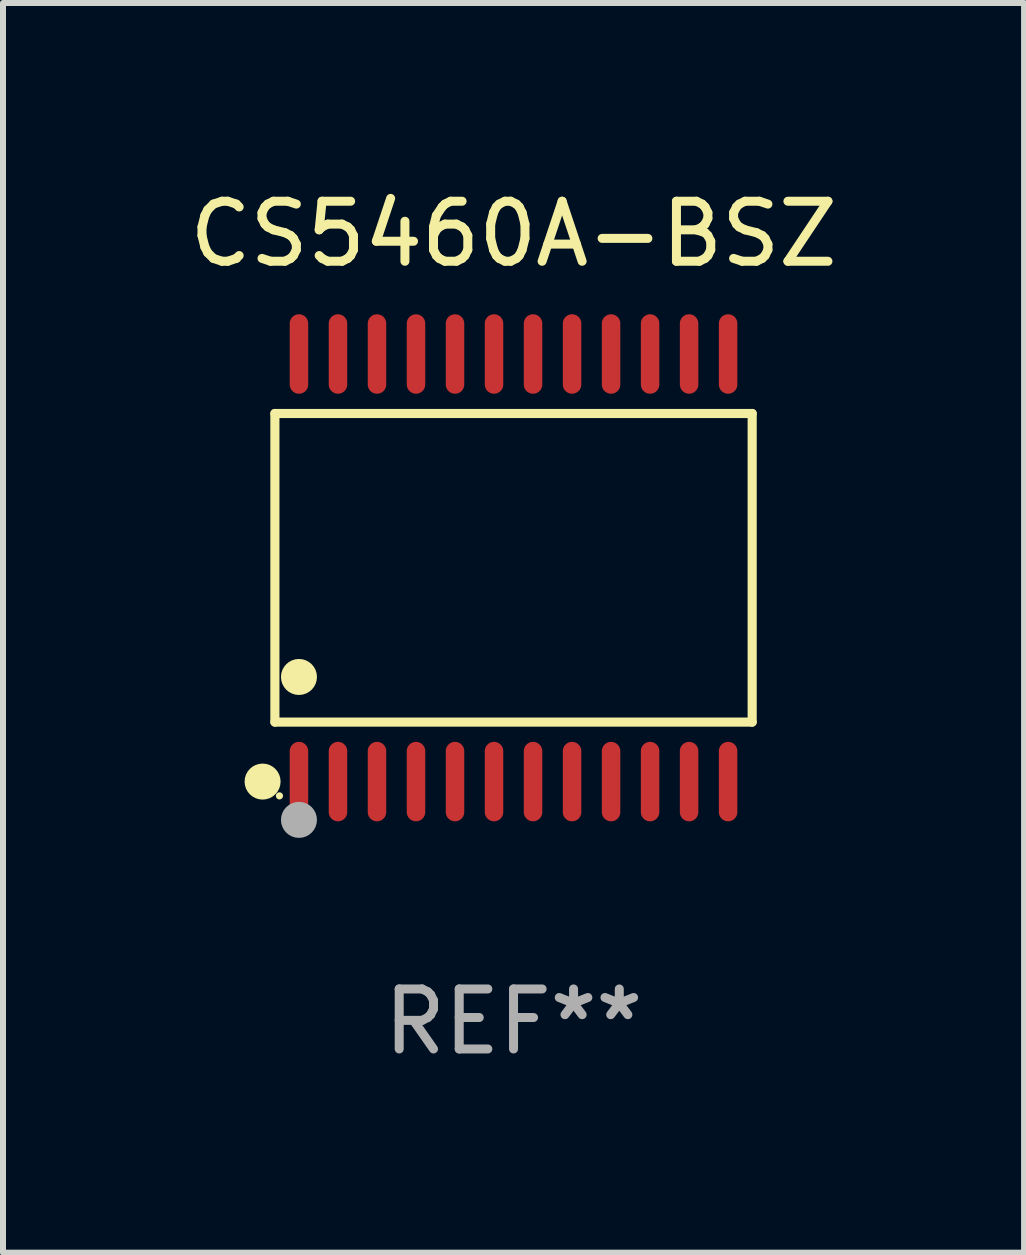
<source format=kicad_pcb>
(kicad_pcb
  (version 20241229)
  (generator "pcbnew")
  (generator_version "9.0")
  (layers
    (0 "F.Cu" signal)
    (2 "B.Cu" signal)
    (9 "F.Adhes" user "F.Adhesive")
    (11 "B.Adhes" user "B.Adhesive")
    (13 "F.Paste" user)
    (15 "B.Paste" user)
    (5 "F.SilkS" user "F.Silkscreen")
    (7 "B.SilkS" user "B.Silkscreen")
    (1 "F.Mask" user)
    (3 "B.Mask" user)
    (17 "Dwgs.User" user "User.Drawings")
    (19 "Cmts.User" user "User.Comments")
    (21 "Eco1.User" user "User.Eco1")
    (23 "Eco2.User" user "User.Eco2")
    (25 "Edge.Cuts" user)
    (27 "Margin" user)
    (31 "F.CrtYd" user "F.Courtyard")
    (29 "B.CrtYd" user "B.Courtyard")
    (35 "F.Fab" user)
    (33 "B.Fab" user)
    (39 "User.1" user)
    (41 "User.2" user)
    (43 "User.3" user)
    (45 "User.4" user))
  (footprint "CS5460A-BSZ"
    (layer "F.Cu")
    (at 5.506 6.41)
    (property "Reference" "CS5460A-BSZ" (at 0 -5.562 0) (layer "F.SilkS") (effects (font (size 1 1) (thickness 0.15))))
    (attr through_hole)
    (fp_line (start -3.976 -2.571) (end 3.976 -2.571) (stroke (width 0.152) (type solid)) (layer "F.SilkS"))
    (fp_line (start -3.976 2.571) (end -3.976 -2.571) (stroke (width 0.152) (type solid)) (layer "F.SilkS"))
    (fp_line (start 3.976 -2.571) (end 3.976 2.571) (stroke (width 0.152) (type solid)) (layer "F.SilkS"))
    (fp_line (start 3.976 2.571) (end -3.976 2.571) (stroke (width 0.152) (type solid)) (layer "F.SilkS"))
    (fp_circle (center -4.181 3.562) (end -4.031 3.562) (stroke (width 0.3) (type solid)) (fill no) (layer "F.SilkS"))
    (fp_circle (center -3.9 3.8) (end -3.87 3.8) (stroke (width 0.06) (type solid)) (fill no) (layer "F.SilkS"))
    (fp_circle (center -3.575 1.819) (end -3.425 1.819) (stroke (width 0.3) (type solid)) (fill no) (layer "F.SilkS"))
    (fp_circle (center -3.575 4.2) (end -3.425 4.2) (stroke (width 0.3) (type solid)) (fill no) (layer "F.Fab"))
    (fp_text user "REF**" (at 0 7.562 0) (layer "F.Fab") (effects (font (size 1 1) (thickness 0.15))))
    (pad "1" smd oval (at -3.575 3.562) (size 0.308 1.324) (layers "F.Cu" "F.Mask" "F.Paste"))
    (pad "2" smd oval (at -2.925 3.562) (size 0.308 1.324) (layers "F.Cu" "F.Mask" "F.Paste"))
    (pad "3" smd oval (at -2.275 3.562) (size 0.308 1.324) (layers "F.Cu" "F.Mask" "F.Paste"))
    (pad "4" smd oval (at -1.625 3.562) (size 0.308 1.324) (layers "F.Cu" "F.Mask" "F.Paste"))
    (pad "5" smd oval (at -0.975 3.562) (size 0.308 1.324) (layers "F.Cu" "F.Mask" "F.Paste"))
    (pad "6" smd oval (at -0.325 3.562) (size 0.308 1.324) (layers "F.Cu" "F.Mask" "F.Paste"))
    (pad "7" smd oval (at 0.325 3.562) (size 0.308 1.324) (layers "F.Cu" "F.Mask" "F.Paste"))
    (pad "8" smd oval (at 0.975 3.562) (size 0.308 1.324) (layers "F.Cu" "F.Mask" "F.Paste"))
    (pad "9" smd oval (at 1.625 3.562) (size 0.308 1.324) (layers "F.Cu" "F.Mask" "F.Paste"))
    (pad "10" smd oval (at 2.275 3.562) (size 0.308 1.324) (layers "F.Cu" "F.Mask" "F.Paste"))
    (pad "11" smd oval (at 2.925 3.562) (size 0.308 1.324) (layers "F.Cu" "F.Mask" "F.Paste"))
    (pad "12" smd oval (at 3.575 3.562) (size 0.308 1.324) (layers "F.Cu" "F.Mask" "F.Paste"))
    (pad "13" smd oval (at 3.575 -3.562) (size 0.308 1.324) (layers "F.Cu" "F.Mask" "F.Paste"))
    (pad "14" smd oval (at 2.925 -3.562) (size 0.308 1.324) (layers "F.Cu" "F.Mask" "F.Paste"))
    (pad "15" smd oval (at 2.275 -3.562) (size 0.308 1.324) (layers "F.Cu" "F.Mask" "F.Paste"))
    (pad "16" smd oval (at 1.625 -3.562) (size 0.308 1.324) (layers "F.Cu" "F.Mask" "F.Paste"))
    (pad "17" smd oval (at 0.975 -3.562) (size 0.308 1.324) (layers "F.Cu" "F.Mask" "F.Paste"))
    (pad "18" smd oval (at 0.325 -3.562) (size 0.308 1.324) (layers "F.Cu" "F.Mask" "F.Paste"))
    (pad "19" smd oval (at -0.325 -3.562) (size 0.308 1.324) (layers "F.Cu" "F.Mask" "F.Paste"))
    (pad "20" smd oval (at -0.975 -3.562) (size 0.308 1.324) (layers "F.Cu" "F.Mask" "F.Paste"))
    (pad "21" smd oval (at -1.625 -3.562) (size 0.308 1.324) (layers "F.Cu" "F.Mask" "F.Paste"))
    (pad "22" smd oval (at -2.275 -3.562) (size 0.308 1.324) (layers "F.Cu" "F.Mask" "F.Paste"))
    (pad "23" smd oval (at -2.925 -3.562) (size 0.308 1.324) (layers "F.Cu" "F.Mask" "F.Paste"))
    (pad "24" smd oval (at -3.575 -3.562) (size 0.308 1.324) (layers "F.Cu" "F.Mask" "F.Paste")))
  (gr_rect
    (start -3 -3)
    (end 14.012 17.821)
    (stroke (width 0.1) (type default))
    (fill no)
    (layer "Edge.Cuts")))
</source>
